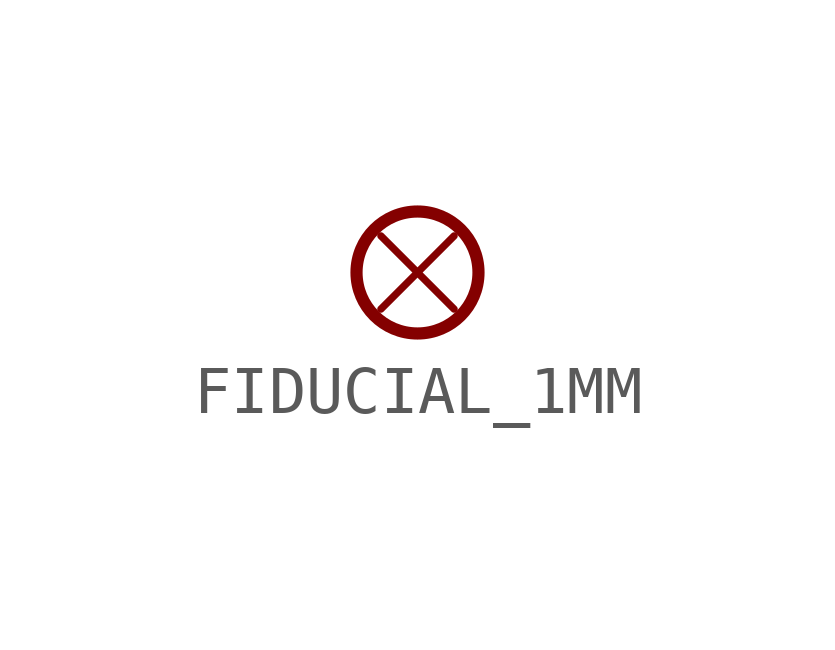
<source format=kicad_sym>
(kicad_symbol_lib
  (version 20211014)
  (generator kicad_symbol_editor)
  (symbol "FIDUCIAL_1MM"
    (pin_names
      (offset 1.016))
    (property "Reference" "FID"
      (at 0 0 0)
      (effects (font (size 1.27 1.27)) hide))
    (property "ki_locked" ""
      (at 0 0 0)
      (effects (font (size 1.27 1.27))))
    (symbol "FIDUCIAL_1MM_1_0"
      (polyline (pts (xy -0.762 0.762) (xy 0.762 -0.762)) (stroke (width 0) (type default) (color 0 0 0 0)) (fill (type none)))
      (polyline (pts (xy 0.762 0.762) (xy -0.762 -0.762)) (stroke (width 0) (type default) (color 0 0 0 0)) (fill (type none)))
      (circle (center 0 0) (radius 1.27) (stroke (width 0.254) (type default) (color 0 0 0 0)) (fill (type none))))))
</source>
